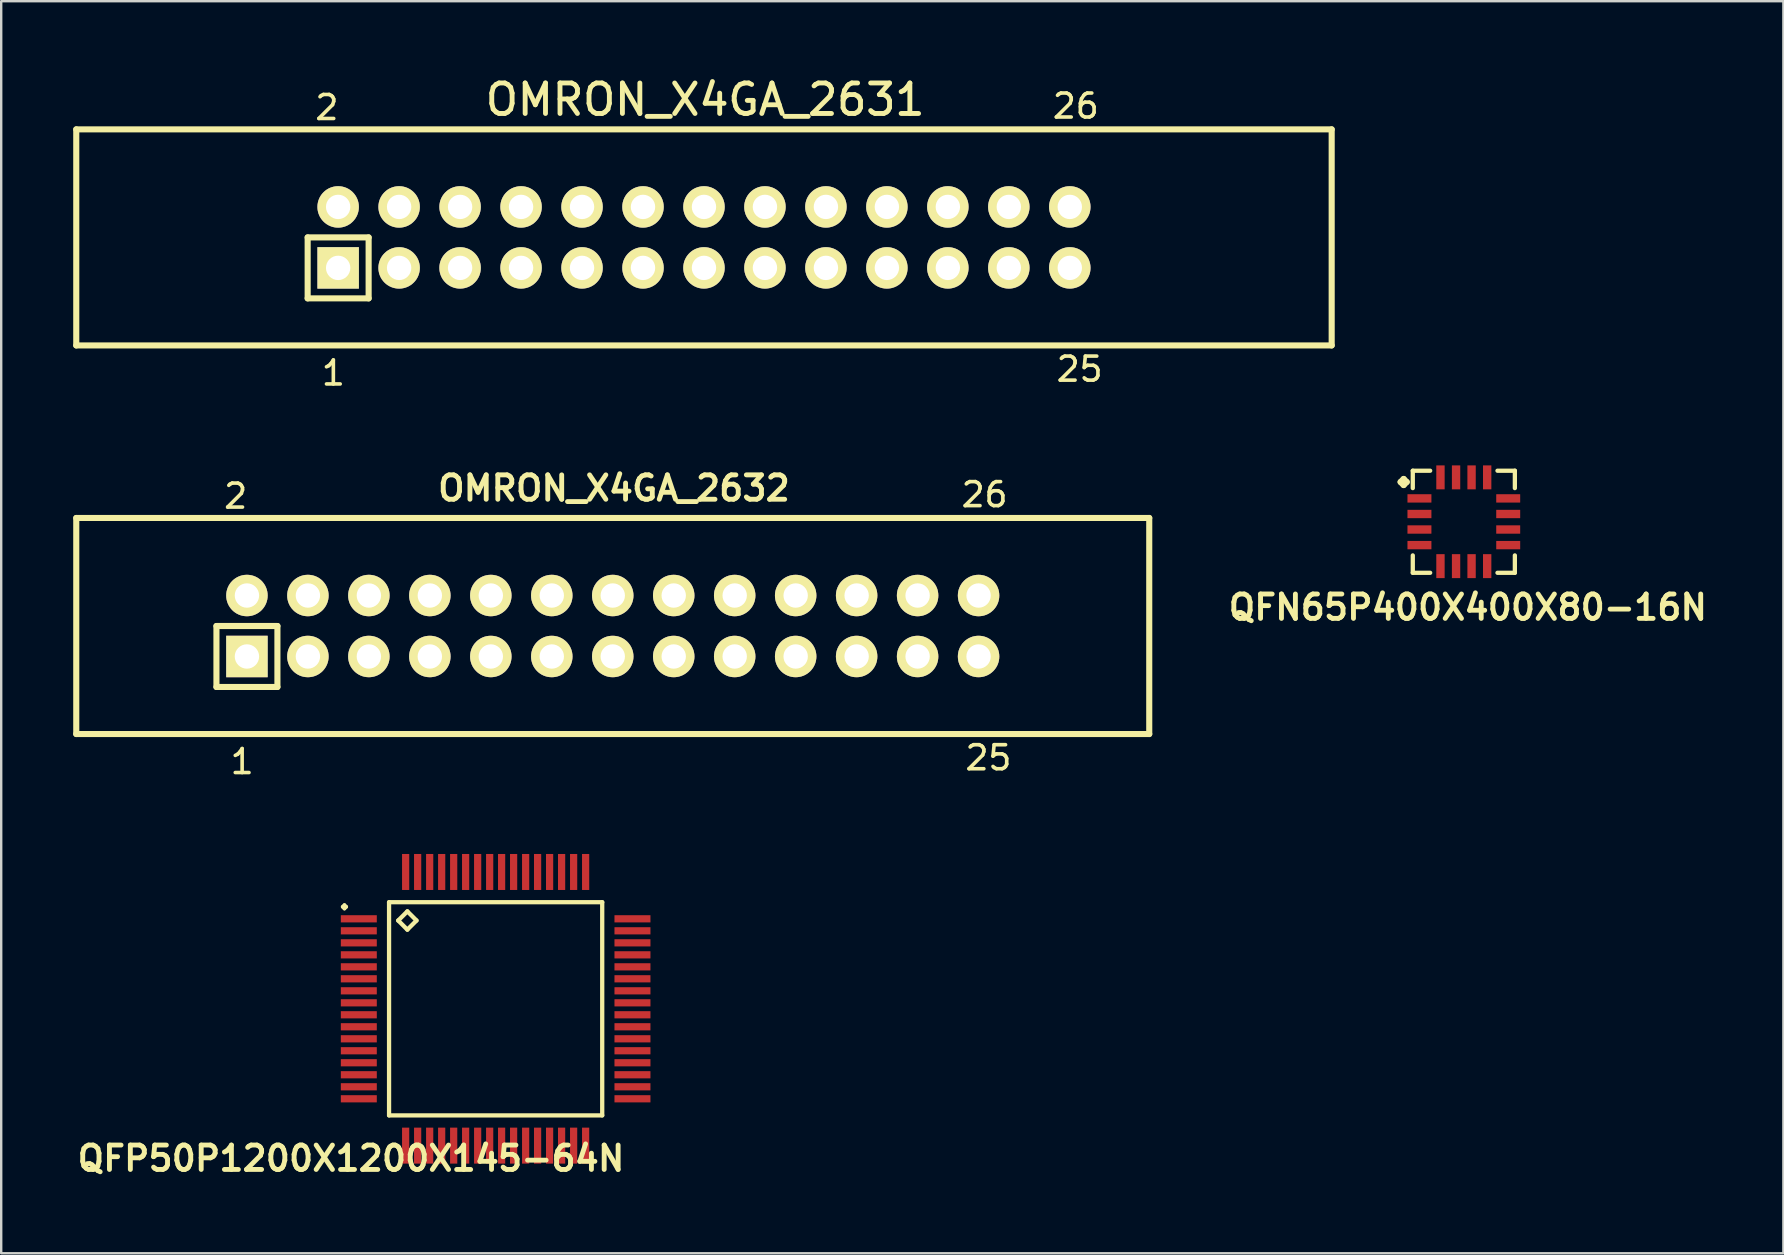
<source format=kicad_pcb>
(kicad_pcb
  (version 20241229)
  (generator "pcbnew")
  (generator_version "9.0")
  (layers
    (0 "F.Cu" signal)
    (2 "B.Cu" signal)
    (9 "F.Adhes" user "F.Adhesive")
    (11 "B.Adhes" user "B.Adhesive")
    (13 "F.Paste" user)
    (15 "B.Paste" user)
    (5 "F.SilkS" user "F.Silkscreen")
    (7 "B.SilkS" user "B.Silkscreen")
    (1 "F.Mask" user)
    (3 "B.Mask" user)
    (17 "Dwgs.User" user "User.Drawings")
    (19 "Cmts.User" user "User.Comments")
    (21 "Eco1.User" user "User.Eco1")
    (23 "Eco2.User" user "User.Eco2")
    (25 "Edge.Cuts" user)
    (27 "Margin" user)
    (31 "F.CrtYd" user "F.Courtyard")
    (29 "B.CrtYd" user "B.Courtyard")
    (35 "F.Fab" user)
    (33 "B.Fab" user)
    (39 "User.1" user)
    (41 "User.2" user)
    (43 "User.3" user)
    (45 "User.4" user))
  (footprint "OMRON_X4GA_2632"
    (layer "F.Cu")
    (at 22.477 23.029)
    (property "Reference" "OMRON_X4GA_2632" (at 0.05 -5.74 0) (layer "F.SilkS") (effects (font (size 1.016 1.016) (thickness 0.203))))
    (attr through_hole)
    (fp_line (start -22.35 -4.5) (end -22.35 4.5) (stroke (width 0.254) (type solid)) (layer "F.SilkS"))
    (fp_line (start -22.35 -4.5) (end 22.35 -4.5) (stroke (width 0.254) (type solid)) (layer "F.SilkS"))
    (fp_line (start -22.35 4.5) (end 22.35 4.5) (stroke (width 0.254) (type solid)) (layer "F.SilkS"))
    (fp_line (start -16.51 0) (end -13.97 0) (stroke (width 0.254) (type solid)) (layer "F.SilkS"))
    (fp_line (start -16.51 2.54) (end -16.51 0) (stroke (width 0.254) (type solid)) (layer "F.SilkS"))
    (fp_line (start -16.51 2.54) (end -13.97 2.54) (stroke (width 0.254) (type solid)) (layer "F.SilkS"))
    (fp_line (start -13.97 0) (end -13.97 2.54) (stroke (width 0.254) (type solid)) (layer "F.SilkS"))
    (fp_line (start 22.35 -4.5) (end 22.35 4.5) (stroke (width 0.254) (type solid)) (layer "F.SilkS"))
    (fp_text user "25" (at 15.65 5.49 0) (layer "F.SilkS") (effects (font (size 1 1) (thickness 0.15))))
    (fp_text user "26" (at 15.49 -5.47 0) (layer "F.SilkS") (effects (font (size 1 1) (thickness 0.15))))
    (fp_text user "2" (at -15.71 -5.41 0) (layer "F.SilkS") (effects (font (size 1 1) (thickness 0.15))))
    (fp_text user "1" (at -15.44 5.65 0) (layer "F.SilkS") (effects (font (size 1 1) (thickness 0.15))))
    (pad "1" thru_hole rect (at -15.24 1.27) (size 1.727 1.727) (drill 1.016) (layers "*.Cu" "*.Mask" "F.SilkS"))
    (pad "2" thru_hole circle (at -15.24 -1.27) (size 1.727 1.727) (drill 1.016) (layers "*.Cu" "*.Mask" "F.SilkS"))
    (pad "3" thru_hole circle (at -12.7 1.27) (size 1.727 1.727) (drill 1.016) (layers "*.Cu" "*.Mask" "F.SilkS"))
    (pad "4" thru_hole circle (at -12.7 -1.27) (size 1.727 1.727) (drill 1.016) (layers "*.Cu" "*.Mask" "F.SilkS"))
    (pad "5" thru_hole circle (at -10.16 1.27) (size 1.727 1.727) (drill 1.016) (layers "*.Cu" "*.Mask" "F.SilkS"))
    (pad "6" thru_hole circle (at -10.16 -1.27) (size 1.727 1.727) (drill 1.016) (layers "*.Cu" "*.Mask" "F.SilkS"))
    (pad "7" thru_hole circle (at -7.62 1.27) (size 1.727 1.727) (drill 1.016) (layers "*.Cu" "*.Mask" "F.SilkS"))
    (pad "8" thru_hole circle (at -7.62 -1.27) (size 1.727 1.727) (drill 1.016) (layers "*.Cu" "*.Mask" "F.SilkS"))
    (pad "9" thru_hole circle (at -5.08 1.27) (size 1.727 1.727) (drill 1.016) (layers "*.Cu" "*.Mask" "F.SilkS"))
    (pad "10" thru_hole circle (at -5.08 -1.27) (size 1.727 1.727) (drill 1.016) (layers "*.Cu" "*.Mask" "F.SilkS"))
    (pad "11" thru_hole circle (at -2.54 1.27) (size 1.727 1.727) (drill 1.016) (layers "*.Cu" "*.Mask" "F.SilkS"))
    (pad "12" thru_hole circle (at -2.54 -1.27) (size 1.727 1.727) (drill 1.016) (layers "*.Cu" "*.Mask" "F.SilkS"))
    (pad "13" thru_hole circle (at 0 1.27) (size 1.727 1.727) (drill 1.016) (layers "*.Cu" "*.Mask" "F.SilkS"))
    (pad "14" thru_hole circle (at 0 -1.27) (size 1.727 1.727) (drill 1.016) (layers "*.Cu" "*.Mask" "F.SilkS"))
    (pad "15" thru_hole circle (at 2.54 1.27) (size 1.727 1.727) (drill 1.016) (layers "*.Cu" "*.Mask" "F.SilkS"))
    (pad "16" thru_hole circle (at 2.54 -1.27) (size 1.727 1.727) (drill 1.016) (layers "*.Cu" "*.Mask" "F.SilkS"))
    (pad "17" thru_hole circle (at 5.08 1.27) (size 1.727 1.727) (drill 1.016) (layers "*.Cu" "*.Mask" "F.SilkS"))
    (pad "18" thru_hole circle (at 5.08 -1.27) (size 1.727 1.727) (drill 1.016) (layers "*.Cu" "*.Mask" "F.SilkS"))
    (pad "19" thru_hole circle (at 7.62 1.27) (size 1.727 1.727) (drill 1.016) (layers "*.Cu" "*.Mask" "F.SilkS"))
    (pad "20" thru_hole circle (at 7.62 -1.27) (size 1.727 1.727) (drill 1.016) (layers "*.Cu" "*.Mask" "F.SilkS"))
    (pad "21" thru_hole circle (at 10.16 1.27) (size 1.727 1.727) (drill 1.016) (layers "*.Cu" "*.Mask" "F.SilkS"))
    (pad "22" thru_hole circle (at 10.16 -1.27) (size 1.727 1.727) (drill 1.016) (layers "*.Cu" "*.Mask" "F.SilkS"))
    (pad "23" thru_hole circle (at 12.7 1.27) (size 1.727 1.727) (drill 1.016) (layers "*.Cu" "*.Mask" "F.SilkS"))
    (pad "24" thru_hole circle (at 12.7 -1.27) (size 1.727 1.727) (drill 1.016) (layers "*.Cu" "*.Mask" "F.SilkS"))
    (pad "25" thru_hole circle (at 15.24 1.27) (size 1.727 1.727) (drill 1.016) (layers "*.Cu" "*.Mask" "F.SilkS"))
    (pad "26" thru_hole circle (at 15.24 -1.27) (size 1.727 1.727) (drill 1.016) (layers "*.Cu" "*.Mask" "F.SilkS")))
  (footprint "QFP50P1200X1200X145-64N"
    (layer "F.Cu")
    (at 17.598 38.976)
    (property "Reference" "QFP50P1200X1200X145-64N" (at -6.025 6.233 0) (layer "F.SilkS") (effects (font (size 1.016 1.016) (thickness 0.203))))
    (attr smd)
    (fp_line (start -6.373 -4.249) (end -6.299 -4.323) (stroke (width 0.15) (type solid)) (layer "F.SilkS"))
    (fp_line (start -6.299 -4.323) (end -6.223 -4.249) (stroke (width 0.15) (type solid)) (layer "F.SilkS"))
    (fp_line (start -6.299 -4.173) (end -6.373 -4.249) (stroke (width 0.15) (type solid)) (layer "F.SilkS"))
    (fp_line (start -6.223 -4.249) (end -6.299 -4.173) (stroke (width 0.15) (type solid)) (layer "F.SilkS"))
    (fp_line (start -4.44 -4.44) (end -4.44 4.44) (stroke (width 0.178) (type solid)) (layer "F.SilkS"))
    (fp_line (start -4.44 4.44) (end 4.44 4.44) (stroke (width 0.178) (type solid)) (layer "F.SilkS"))
    (fp_line (start -4.059 -3.678) (end -3.678 -4.059) (stroke (width 0.178) (type solid)) (layer "F.SilkS"))
    (fp_line (start -3.678 -4.059) (end -3.297 -3.678) (stroke (width 0.178) (type solid)) (layer "F.SilkS"))
    (fp_line (start -3.678 -3.297) (end -4.059 -3.678) (stroke (width 0.178) (type solid)) (layer "F.SilkS"))
    (fp_line (start -3.297 -3.678) (end -3.678 -3.297) (stroke (width 0.178) (type solid)) (layer "F.SilkS"))
    (fp_line (start 4.44 -4.44) (end -4.44 -4.44) (stroke (width 0.178) (type solid)) (layer "F.SilkS"))
    (fp_line (start 4.44 4.44) (end 4.44 -4.44) (stroke (width 0.178) (type solid)) (layer "F.SilkS"))
    (pad "1" smd rect (at -5.7 -3.749) (size 1.499 0.3) (layers "F.Cu" "F.Mask" "F.Paste"))
    (pad "2" smd rect (at -5.7 -3.249) (size 1.499 0.3) (layers "F.Cu" "F.Mask" "F.Paste"))
    (pad "3" smd rect (at -5.7 -2.748) (size 1.499 0.3) (layers "F.Cu" "F.Mask" "F.Paste"))
    (pad "4" smd rect (at -5.7 -2.248) (size 1.499 0.3) (layers "F.Cu" "F.Mask" "F.Paste"))
    (pad "5" smd rect (at -5.7 -1.748) (size 1.499 0.3) (layers "F.Cu" "F.Mask" "F.Paste"))
    (pad "6" smd rect (at -5.7 -1.25) (size 1.499 0.3) (layers "F.Cu" "F.Mask" "F.Paste"))
    (pad "7" smd rect (at -5.7 -0.749) (size 1.499 0.3) (layers "F.Cu" "F.Mask" "F.Paste"))
    (pad "8" smd rect (at -5.7 -0.249) (size 1.499 0.3) (layers "F.Cu" "F.Mask" "F.Paste"))
    (pad "9" smd rect (at -5.7 0.249) (size 1.499 0.3) (layers "F.Cu" "F.Mask" "F.Paste"))
    (pad "10" smd rect (at -5.7 0.749) (size 1.499 0.3) (layers "F.Cu" "F.Mask" "F.Paste"))
    (pad "11" smd rect (at -5.7 1.25) (size 1.499 0.3) (layers "F.Cu" "F.Mask" "F.Paste"))
    (pad "12" smd rect (at -5.7 1.748) (size 1.499 0.3) (layers "F.Cu" "F.Mask" "F.Paste"))
    (pad "13" smd rect (at -5.7 2.248) (size 1.499 0.3) (layers "F.Cu" "F.Mask" "F.Paste"))
    (pad "14" smd rect (at -5.7 2.748) (size 1.499 0.3) (layers "F.Cu" "F.Mask" "F.Paste"))
    (pad "15" smd rect (at -5.7 3.249) (size 1.499 0.3) (layers "F.Cu" "F.Mask" "F.Paste"))
    (pad "16" smd rect (at -5.7 3.749) (size 1.499 0.3) (layers "F.Cu" "F.Mask" "F.Paste"))
    (pad "17" smd rect (at -3.749 5.7) (size 0.3 1.499) (layers "F.Cu" "F.Mask" "F.Paste"))
    (pad "18" smd rect (at -3.249 5.7) (size 0.3 1.499) (layers "F.Cu" "F.Mask" "F.Paste"))
    (pad "19" smd rect (at -2.748 5.7) (size 0.3 1.499) (layers "F.Cu" "F.Mask" "F.Paste"))
    (pad "20" smd rect (at -2.248 5.7) (size 0.3 1.499) (layers "F.Cu" "F.Mask" "F.Paste"))
    (pad "21" smd rect (at -1.748 5.7) (size 0.3 1.499) (layers "F.Cu" "F.Mask" "F.Paste"))
    (pad "22" smd rect (at -1.25 5.7) (size 0.3 1.499) (layers "F.Cu" "F.Mask" "F.Paste"))
    (pad "23" smd rect (at -0.749 5.7) (size 0.3 1.499) (layers "F.Cu" "F.Mask" "F.Paste"))
    (pad "24" smd rect (at -0.249 5.7) (size 0.3 1.499) (layers "F.Cu" "F.Mask" "F.Paste"))
    (pad "25" smd rect (at 0.249 5.7) (size 0.3 1.499) (layers "F.Cu" "F.Mask" "F.Paste"))
    (pad "26" smd rect (at 0.749 5.7) (size 0.3 1.499) (layers "F.Cu" "F.Mask" "F.Paste"))
    (pad "27" smd rect (at 1.25 5.7) (size 0.3 1.499) (layers "F.Cu" "F.Mask" "F.Paste"))
    (pad "28" smd rect (at 1.748 5.7) (size 0.3 1.499) (layers "F.Cu" "F.Mask" "F.Paste"))
    (pad "29" smd rect (at 2.248 5.7) (size 0.3 1.499) (layers "F.Cu" "F.Mask" "F.Paste"))
    (pad "30" smd rect (at 2.748 5.7) (size 0.3 1.499) (layers "F.Cu" "F.Mask" "F.Paste"))
    (pad "31" smd rect (at 3.249 5.7) (size 0.3 1.499) (layers "F.Cu" "F.Mask" "F.Paste"))
    (pad "32" smd rect (at 3.749 5.7) (size 0.3 1.499) (layers "F.Cu" "F.Mask" "F.Paste"))
    (pad "33" smd rect (at 5.7 3.749) (size 1.499 0.3) (layers "F.Cu" "F.Mask" "F.Paste"))
    (pad "34" smd rect (at 5.7 3.249) (size 1.499 0.3) (layers "F.Cu" "F.Mask" "F.Paste"))
    (pad "35" smd rect (at 5.7 2.748) (size 1.499 0.3) (layers "F.Cu" "F.Mask" "F.Paste"))
    (pad "36" smd rect (at 5.7 2.248) (size 1.499 0.3) (layers "F.Cu" "F.Mask" "F.Paste"))
    (pad "37" smd rect (at 5.7 1.748) (size 1.499 0.3) (layers "F.Cu" "F.Mask" "F.Paste"))
    (pad "38" smd rect (at 5.7 1.25) (size 1.499 0.3) (layers "F.Cu" "F.Mask" "F.Paste"))
    (pad "39" smd rect (at 5.7 0.749) (size 1.499 0.3) (layers "F.Cu" "F.Mask" "F.Paste"))
    (pad "40" smd rect (at 5.7 0.249) (size 1.499 0.3) (layers "F.Cu" "F.Mask" "F.Paste"))
    (pad "41" smd rect (at 5.7 -0.249) (size 1.499 0.3) (layers "F.Cu" "F.Mask" "F.Paste"))
    (pad "42" smd rect (at 5.7 -0.749) (size 1.499 0.3) (layers "F.Cu" "F.Mask" "F.Paste"))
    (pad "43" smd rect (at 5.7 -1.25) (size 1.499 0.3) (layers "F.Cu" "F.Mask" "F.Paste"))
    (pad "44" smd rect (at 5.7 -1.748) (size 1.499 0.3) (layers "F.Cu" "F.Mask" "F.Paste"))
    (pad "45" smd rect (at 5.7 -2.248) (size 1.499 0.3) (layers "F.Cu" "F.Mask" "F.Paste"))
    (pad "46" smd rect (at 5.7 -2.748) (size 1.499 0.3) (layers "F.Cu" "F.Mask" "F.Paste"))
    (pad "47" smd rect (at 5.7 -3.249) (size 1.499 0.3) (layers "F.Cu" "F.Mask" "F.Paste"))
    (pad "48" smd rect (at 5.7 -3.749) (size 1.499 0.3) (layers "F.Cu" "F.Mask" "F.Paste"))
    (pad "49" smd rect (at 3.749 -5.7) (size 0.3 1.499) (layers "F.Cu" "F.Mask" "F.Paste"))
    (pad "50" smd rect (at 3.249 -5.7) (size 0.3 1.499) (layers "F.Cu" "F.Mask" "F.Paste"))
    (pad "51" smd rect (at 2.748 -5.7) (size 0.3 1.499) (layers "F.Cu" "F.Mask" "F.Paste"))
    (pad "52" smd rect (at 2.248 -5.7) (size 0.3 1.499) (layers "F.Cu" "F.Mask" "F.Paste"))
    (pad "53" smd rect (at 1.748 -5.7) (size 0.3 1.499) (layers "F.Cu" "F.Mask" "F.Paste"))
    (pad "54" smd rect (at 1.25 -5.7) (size 0.3 1.499) (layers "F.Cu" "F.Mask" "F.Paste"))
    (pad "55" smd rect (at 0.749 -5.7) (size 0.3 1.499) (layers "F.Cu" "F.Mask" "F.Paste"))
    (pad "56" smd rect (at 0.249 -5.7) (size 0.3 1.499) (layers "F.Cu" "F.Mask" "F.Paste"))
    (pad "57" smd rect (at -0.249 -5.7) (size 0.3 1.499) (layers "F.Cu" "F.Mask" "F.Paste"))
    (pad "58" smd rect (at -0.749 -5.7) (size 0.3 1.499) (layers "F.Cu" "F.Mask" "F.Paste"))
    (pad "59" smd rect (at -1.25 -5.7) (size 0.3 1.499) (layers "F.Cu" "F.Mask" "F.Paste"))
    (pad "60" smd rect (at -1.748 -5.7) (size 0.3 1.499) (layers "F.Cu" "F.Mask" "F.Paste"))
    (pad "61" smd rect (at -2.248 -5.7) (size 0.3 1.499) (layers "F.Cu" "F.Mask" "F.Paste"))
    (pad "62" smd rect (at -2.748 -5.7) (size 0.3 1.499) (layers "F.Cu" "F.Mask" "F.Paste"))
    (pad "63" smd rect (at -3.249 -5.7) (size 0.3 1.499) (layers "F.Cu" "F.Mask" "F.Paste"))
    (pad "64" smd rect (at -3.749 -5.7) (size 0.3 1.499) (layers "F.Cu" "F.Mask" "F.Paste")))
  (footprint "OMRON_X4GA_2631"
    (layer "F.Cu")
    (at 26.277 6.84)
    (property "Reference" "OMRON_X4GA_2631" (at 0.05 -5.74 0) (layer "F.SilkS") (effects (font (size 1.27 1.27) (thickness 0.203))))
    (attr through_hole)
    (fp_line (start -26.15 -4.5) (end -26.15 4.5) (stroke (width 0.254) (type solid)) (layer "F.SilkS"))
    (fp_line (start -26.15 -4.5) (end 26.15 -4.5) (stroke (width 0.254) (type solid)) (layer "F.SilkS"))
    (fp_line (start -26.15 4.5) (end 26.15 4.5) (stroke (width 0.254) (type solid)) (layer "F.SilkS"))
    (fp_line (start -16.51 0) (end -13.97 0) (stroke (width 0.254) (type solid)) (layer "F.SilkS"))
    (fp_line (start -16.51 2.54) (end -16.51 0) (stroke (width 0.254) (type solid)) (layer "F.SilkS"))
    (fp_line (start -16.51 2.54) (end -13.97 2.54) (stroke (width 0.254) (type solid)) (layer "F.SilkS"))
    (fp_line (start -13.97 0) (end -13.97 2.54) (stroke (width 0.254) (type solid)) (layer "F.SilkS"))
    (fp_line (start 26.15 -4.5) (end 26.15 4.5) (stroke (width 0.254) (type solid)) (layer "F.SilkS"))
    (fp_text user "1" (at -15.44 5.65 0) (layer "F.SilkS") (effects (font (size 1 1) (thickness 0.15))))
    (fp_text user "26" (at 15.49 -5.47 0) (layer "F.SilkS") (effects (font (size 1 1) (thickness 0.15))))
    (fp_text user "2" (at -15.71 -5.41 0) (layer "F.SilkS") (effects (font (size 1 1) (thickness 0.15))))
    (fp_text user "25" (at 15.65 5.49 0) (layer "F.SilkS") (effects (font (size 1 1) (thickness 0.15))))
    (pad "1" thru_hole rect (at -15.24 1.27) (size 1.727 1.727) (drill 1.016) (layers "*.Cu" "*.Mask" "F.SilkS"))
    (pad "2" thru_hole circle (at -15.24 -1.27) (size 1.727 1.727) (drill 1.016) (layers "*.Cu" "*.Mask" "F.SilkS"))
    (pad "3" thru_hole circle (at -12.7 1.27) (size 1.727 1.727) (drill 1.016) (layers "*.Cu" "*.Mask" "F.SilkS"))
    (pad "4" thru_hole circle (at -12.7 -1.27) (size 1.727 1.727) (drill 1.016) (layers "*.Cu" "*.Mask" "F.SilkS"))
    (pad "5" thru_hole circle (at -10.16 1.27) (size 1.727 1.727) (drill 1.016) (layers "*.Cu" "*.Mask" "F.SilkS"))
    (pad "6" thru_hole circle (at -10.16 -1.27) (size 1.727 1.727) (drill 1.016) (layers "*.Cu" "*.Mask" "F.SilkS"))
    (pad "7" thru_hole circle (at -7.62 1.27) (size 1.727 1.727) (drill 1.016) (layers "*.Cu" "*.Mask" "F.SilkS"))
    (pad "8" thru_hole circle (at -7.62 -1.27) (size 1.727 1.727) (drill 1.016) (layers "*.Cu" "*.Mask" "F.SilkS"))
    (pad "9" thru_hole circle (at -5.08 1.27) (size 1.727 1.727) (drill 1.016) (layers "*.Cu" "*.Mask" "F.SilkS"))
    (pad "10" thru_hole circle (at -5.08 -1.27) (size 1.727 1.727) (drill 1.016) (layers "*.Cu" "*.Mask" "F.SilkS"))
    (pad "11" thru_hole circle (at -2.54 1.27) (size 1.727 1.727) (drill 1.016) (layers "*.Cu" "*.Mask" "F.SilkS"))
    (pad "12" thru_hole circle (at -2.54 -1.27) (size 1.727 1.727) (drill 1.016) (layers "*.Cu" "*.Mask" "F.SilkS"))
    (pad "13" thru_hole circle (at 0 1.27) (size 1.727 1.727) (drill 1.016) (layers "*.Cu" "*.Mask" "F.SilkS"))
    (pad "14" thru_hole circle (at 0 -1.27) (size 1.727 1.727) (drill 1.016) (layers "*.Cu" "*.Mask" "F.SilkS"))
    (pad "15" thru_hole circle (at 2.54 1.27) (size 1.727 1.727) (drill 1.016) (layers "*.Cu" "*.Mask" "F.SilkS"))
    (pad "16" thru_hole circle (at 2.54 -1.27) (size 1.727 1.727) (drill 1.016) (layers "*.Cu" "*.Mask" "F.SilkS"))
    (pad "17" thru_hole circle (at 5.08 1.27) (size 1.727 1.727) (drill 1.016) (layers "*.Cu" "*.Mask" "F.SilkS"))
    (pad "18" thru_hole circle (at 5.08 -1.27) (size 1.727 1.727) (drill 1.016) (layers "*.Cu" "*.Mask" "F.SilkS"))
    (pad "19" thru_hole circle (at 7.62 1.27) (size 1.727 1.727) (drill 1.016) (layers "*.Cu" "*.Mask" "F.SilkS"))
    (pad "20" thru_hole circle (at 7.62 -1.27) (size 1.727 1.727) (drill 1.016) (layers "*.Cu" "*.Mask" "F.SilkS"))
    (pad "21" thru_hole circle (at 10.16 1.27) (size 1.727 1.727) (drill 1.016) (layers "*.Cu" "*.Mask" "F.SilkS"))
    (pad "22" thru_hole circle (at 10.16 -1.27) (size 1.727 1.727) (drill 1.016) (layers "*.Cu" "*.Mask" "F.SilkS"))
    (pad "23" thru_hole circle (at 12.7 1.27) (size 1.727 1.727) (drill 1.016) (layers "*.Cu" "*.Mask" "F.SilkS"))
    (pad "24" thru_hole circle (at 12.7 -1.27) (size 1.727 1.727) (drill 1.016) (layers "*.Cu" "*.Mask" "F.SilkS"))
    (pad "25" thru_hole circle (at 15.24 1.27) (size 1.727 1.727) (drill 1.016) (layers "*.Cu" "*.Mask" "F.SilkS"))
    (pad "26" thru_hole circle (at 15.24 -1.27) (size 1.727 1.727) (drill 1.016) (layers "*.Cu" "*.Mask" "F.SilkS")))
  (footprint "QFN65P400X400X80-16N"
    (layer "F.Cu")
    (at 57.932 18.686)
    (property "Reference" "QFN65P400X400X80-16N" (at 0.168 3.566 0) (layer "F.SilkS") (effects (font (size 1.016 1.016) (thickness 0.203))))
    (attr smd)
    (fp_line (start -2.634 -1.656) (end -2.507 -1.783) (stroke (width 0.254) (type solid)) (layer "F.SilkS"))
    (fp_line (start -2.507 -1.783) (end -2.38 -1.656) (stroke (width 0.254) (type solid)) (layer "F.SilkS"))
    (fp_line (start -2.507 -1.529) (end -2.634 -1.656) (stroke (width 0.254) (type solid)) (layer "F.SilkS"))
    (fp_line (start -2.38 -1.656) (end -2.507 -1.529) (stroke (width 0.254) (type solid)) (layer "F.SilkS"))
    (fp_line (start -2.126 -2.126) (end -1.402 -2.126) (stroke (width 0.178) (type solid)) (layer "F.SilkS"))
    (fp_line (start -2.126 -1.402) (end -2.126 -2.126) (stroke (width 0.178) (type solid)) (layer "F.SilkS"))
    (fp_line (start -2.126 1.402) (end -2.126 2.126) (stroke (width 0.178) (type solid)) (layer "F.SilkS"))
    (fp_line (start -2.126 2.126) (end -1.402 2.126) (stroke (width 0.178) (type solid)) (layer "F.SilkS"))
    (fp_line (start 1.402 -2.126) (end 2.126 -2.126) (stroke (width 0.178) (type solid)) (layer "F.SilkS"))
    (fp_line (start 1.402 2.126) (end 2.126 2.126) (stroke (width 0.178) (type solid)) (layer "F.SilkS"))
    (fp_line (start 2.126 -2.126) (end 2.126 -1.402) (stroke (width 0.178) (type solid)) (layer "F.SilkS"))
    (fp_line (start 2.126 2.126) (end 2.126 1.402) (stroke (width 0.178) (type solid)) (layer "F.SilkS"))
    (pad "1" smd rect (at -1.849 -0.973) (size 0.998 0.348) (layers "F.Cu" "F.Mask" "F.Paste"))
    (pad "2" smd rect (at -1.849 -0.323) (size 0.998 0.348) (layers "F.Cu" "F.Mask" "F.Paste"))
    (pad "3" smd rect (at -1.849 0.323) (size 0.998 0.348) (layers "F.Cu" "F.Mask" "F.Paste"))
    (pad "4" smd rect (at -1.849 0.973) (size 0.998 0.348) (layers "F.Cu" "F.Mask" "F.Paste"))
    (pad "5" smd rect (at -0.973 1.849) (size 0.348 0.998) (layers "F.Cu" "F.Mask" "F.Paste"))
    (pad "6" smd rect (at -0.323 1.849) (size 0.348 0.998) (layers "F.Cu" "F.Mask" "F.Paste"))
    (pad "7" smd rect (at 0.323 1.849) (size 0.348 0.998) (layers "F.Cu" "F.Mask" "F.Paste"))
    (pad "8" smd rect (at 0.973 1.849) (size 0.348 0.998) (layers "F.Cu" "F.Mask" "F.Paste"))
    (pad "9" smd rect (at 1.849 0.973) (size 0.998 0.348) (layers "F.Cu" "F.Mask" "F.Paste"))
    (pad "10" smd rect (at 1.849 0.323) (size 0.998 0.348) (layers "F.Cu" "F.Mask" "F.Paste"))
    (pad "11" smd rect (at 1.849 -0.323) (size 0.998 0.348) (layers "F.Cu" "F.Mask" "F.Paste"))
    (pad "12" smd rect (at 1.849 -0.973) (size 0.998 0.348) (layers "F.Cu" "F.Mask" "F.Paste"))
    (pad "13" smd rect (at 0.973 -1.849) (size 0.348 0.998) (layers "F.Cu" "F.Mask" "F.Paste"))
    (pad "14" smd rect (at 0.323 -1.849) (size 0.348 0.998) (layers "F.Cu" "F.Mask" "F.Paste"))
    (pad "15" smd rect (at -0.323 -1.849) (size 0.348 0.998) (layers "F.Cu" "F.Mask" "F.Paste"))
    (pad "16" smd rect (at -0.973 -1.849) (size 0.348 0.998) (layers "F.Cu" "F.Mask" "F.Paste")))
  (gr_rect
    (start -3 -3)
    (end 71.245 49.16)
    (stroke (width 0.1) (type default))
    (fill no)
    (layer "Edge.Cuts")))
</source>
